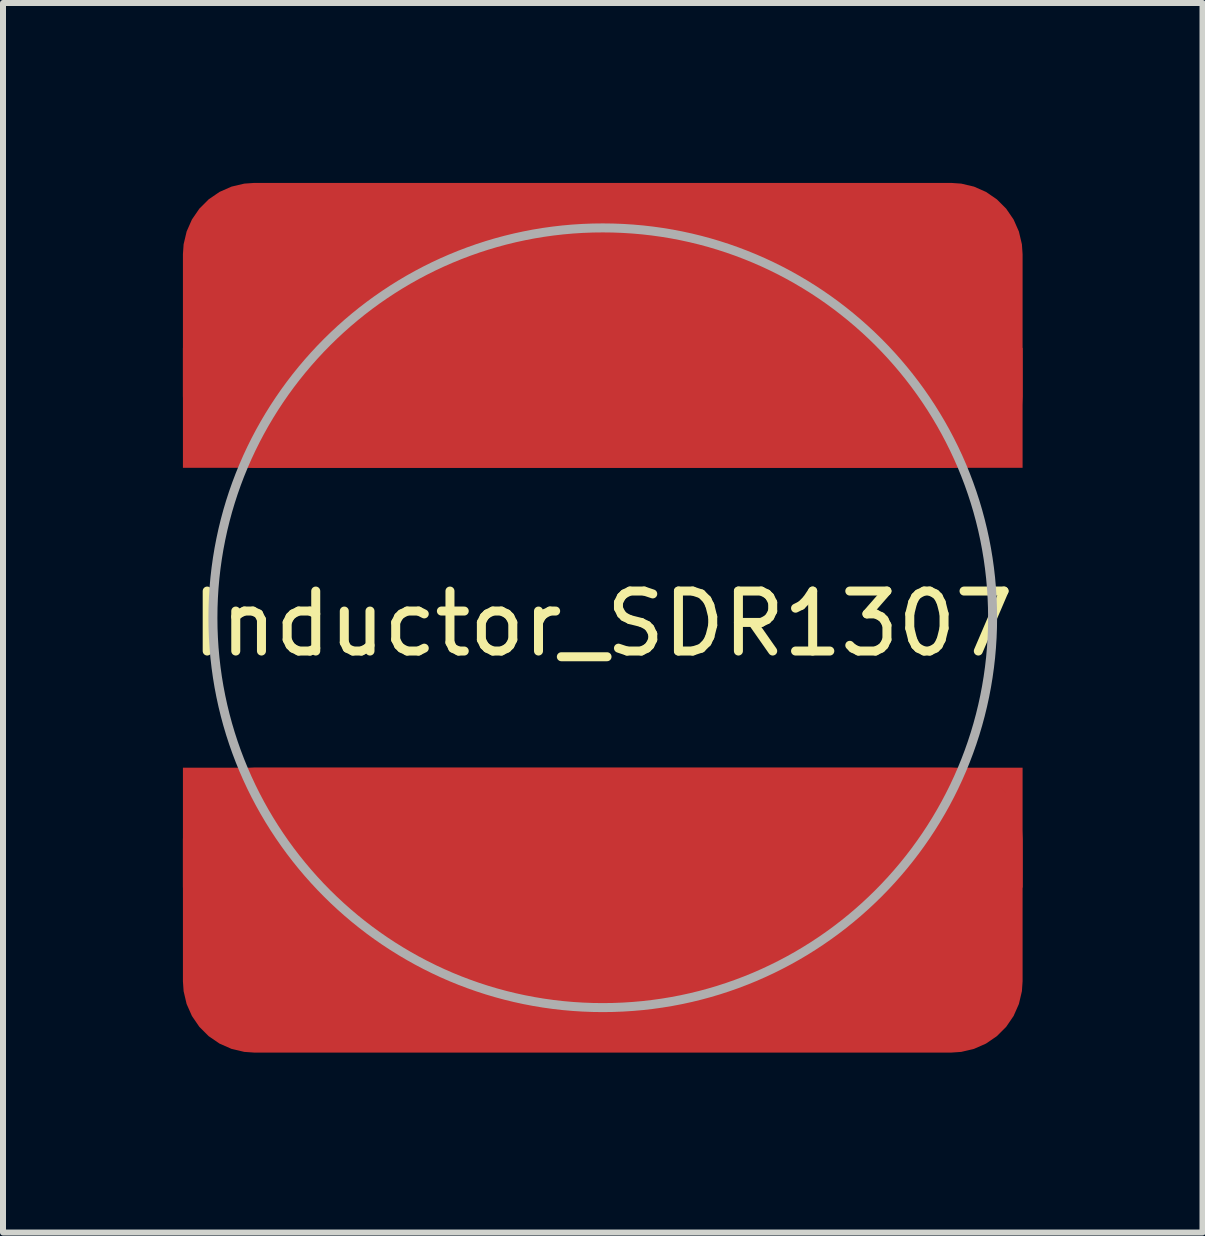
<source format=kicad_pcb>
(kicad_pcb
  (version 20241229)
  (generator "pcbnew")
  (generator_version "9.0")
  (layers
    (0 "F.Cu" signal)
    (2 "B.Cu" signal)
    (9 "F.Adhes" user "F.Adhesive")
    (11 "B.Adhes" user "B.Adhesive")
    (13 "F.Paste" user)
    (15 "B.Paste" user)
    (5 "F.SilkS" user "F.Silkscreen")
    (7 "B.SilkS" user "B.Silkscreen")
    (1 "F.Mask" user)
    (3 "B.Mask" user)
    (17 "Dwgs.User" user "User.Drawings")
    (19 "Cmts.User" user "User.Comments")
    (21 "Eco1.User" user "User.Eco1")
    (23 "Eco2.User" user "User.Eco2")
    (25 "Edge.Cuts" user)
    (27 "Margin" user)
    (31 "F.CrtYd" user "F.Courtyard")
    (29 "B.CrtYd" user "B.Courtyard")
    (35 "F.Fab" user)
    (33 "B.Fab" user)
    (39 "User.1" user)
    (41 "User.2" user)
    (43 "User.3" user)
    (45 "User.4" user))
  (footprint "Inductor_SDR1307"
    (layer "F.Cu")
    (at 7 7.25)
    (property "Reference" "Inductor_SDR1307" (at 0 0.1 0) (layer "F.SilkS") (effects (font (size 1 1) (thickness 0.15))))
    (attr smd)
    (fp_circle (center 0 0) (end 6.5 0) (stroke (width 0.15) (type solid)) (fill no) (layer "F.Fab"))
    (pad "1" smd roundrect (at 0 -4.875) (size 14 4.75) (layers "F.Cu" "F.Mask" "F.Paste") (roundrect_rratio 0.25))
    (pad "1" smd rect (at 0 -3.5) (size 14 2) (layers "F.Cu" "F.Mask" "F.Paste"))
    (pad "2" smd rect (at 0 3.5) (size 14 2) (layers "F.Cu" "F.Mask" "F.Paste"))
    (pad "2" smd roundrect (at 0 4.875) (size 14 4.75) (layers "F.Cu" "F.Mask" "F.Paste") (roundrect_rratio 0.25)))
  (gr_rect
    (start -3 -3)
    (end 17 17.5)
    (stroke (width 0.1) (type default))
    (fill no)
    (layer "Edge.Cuts")))
</source>
